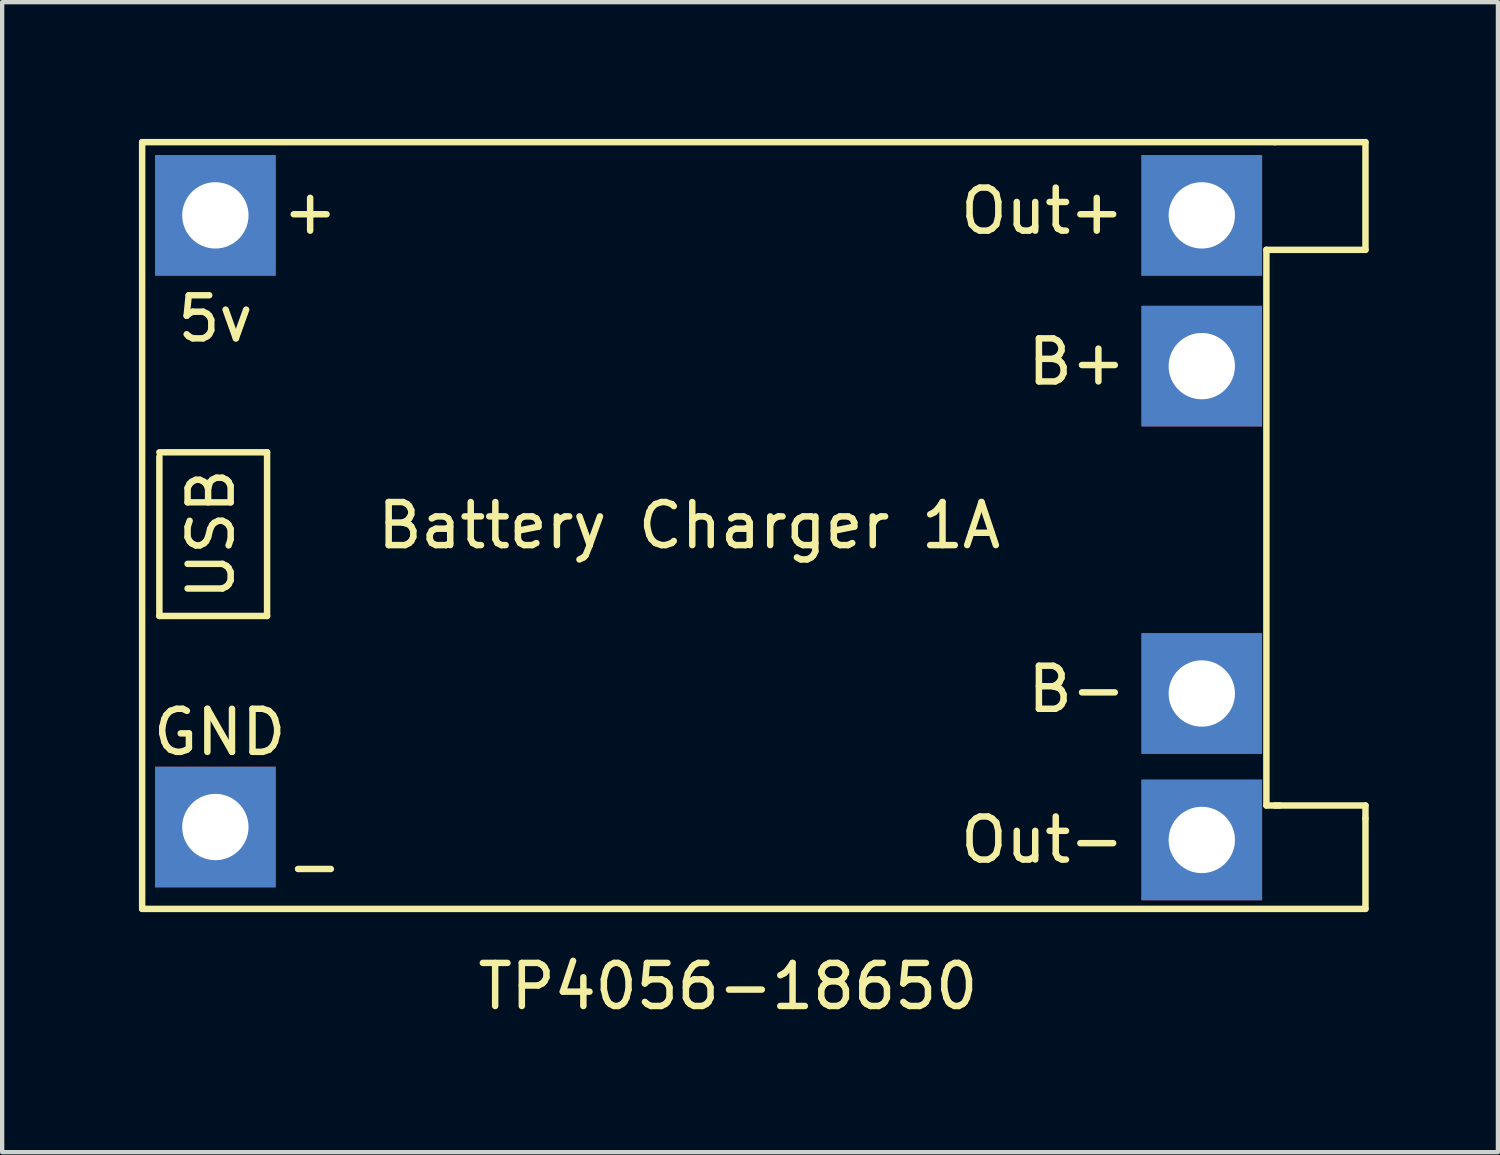
<source format=kicad_pcb>
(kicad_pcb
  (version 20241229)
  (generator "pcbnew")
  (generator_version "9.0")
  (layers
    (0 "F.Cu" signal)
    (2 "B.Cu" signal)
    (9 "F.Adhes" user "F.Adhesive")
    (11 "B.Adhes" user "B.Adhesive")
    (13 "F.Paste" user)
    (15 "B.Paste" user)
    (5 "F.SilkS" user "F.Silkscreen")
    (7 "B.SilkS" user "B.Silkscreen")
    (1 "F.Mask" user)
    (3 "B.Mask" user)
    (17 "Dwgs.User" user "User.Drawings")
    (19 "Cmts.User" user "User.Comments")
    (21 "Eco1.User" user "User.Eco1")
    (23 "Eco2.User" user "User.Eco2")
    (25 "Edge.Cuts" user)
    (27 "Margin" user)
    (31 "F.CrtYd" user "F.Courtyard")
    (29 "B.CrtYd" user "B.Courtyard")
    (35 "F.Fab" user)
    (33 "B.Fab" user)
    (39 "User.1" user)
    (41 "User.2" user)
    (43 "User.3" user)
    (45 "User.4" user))
  (footprint "TP4056-18650"
    (layer "F.Cu")
    (at 0.25 0.25)
    (property "Reference" "TP4056-18650" (at 13.6 19.6 0) (layer "F.SilkS") (effects (font (size 1 1) (thickness 0.15))))
    (attr through_hole)
    (fp_line (start 0 0) (end 26.3 0) (stroke (width 0.15) (type solid)) (layer "F.SilkS"))
    (fp_line (start 0 17.8) (end 0 0) (stroke (width 0.15) (type solid)) (layer "F.SilkS"))
    (fp_line (start 0.4 7.2) (end 2.9 7.2) (stroke (width 0.15) (type solid)) (layer "F.SilkS"))
    (fp_line (start 0.4 11) (end 0.4 7.3) (stroke (width 0.15) (type solid)) (layer "F.SilkS"))
    (fp_line (start 2.9 7.2) (end 2.9 11) (stroke (width 0.15) (type solid)) (layer "F.SilkS"))
    (fp_line (start 2.9 11) (end 0.4 11) (stroke (width 0.15) (type solid)) (layer "F.SilkS"))
    (fp_line (start 26.1 2.5) (end 26.1 15.4) (stroke (width 0.15) (type solid)) (layer "F.SilkS"))
    (fp_line (start 26.1 15.4) (end 26.4 15.4) (stroke (width 0.15) (type solid)) (layer "F.SilkS"))
    (fp_line (start 26.3 0) (end 28.4 0) (stroke (width 0.15) (type solid)) (layer "F.SilkS"))
    (fp_line (start 26.3 15.4) (end 28.4 15.4) (stroke (width 0.15) (type solid)) (layer "F.SilkS"))
    (fp_line (start 28.4 0) (end 28.4 2.5) (stroke (width 0.15) (type solid)) (layer "F.SilkS"))
    (fp_line (start 28.4 2.5) (end 26.1 2.5) (stroke (width 0.15) (type solid)) (layer "F.SilkS"))
    (fp_line (start 28.4 15.4) (end 28.4 15.7) (stroke (width 0.15) (type solid)) (layer "F.SilkS"))
    (fp_line (start 28.4 15.7) (end 28.4 17.8) (stroke (width 0.15) (type solid)) (layer "F.SilkS"))
    (fp_line (start 28.4 17.8) (end 0 17.8) (stroke (width 0.15) (type solid)) (layer "F.SilkS"))
    (fp_text user "B+" (at 21.7 5.1 0) (layer "F.SilkS") (effects (font (size 1 1) (thickness 0.15))))
    (fp_text user "B-" (at 21.7 12.7 0) (layer "F.SilkS") (effects (font (size 1 1) (thickness 0.15))))
    (fp_text user "USB" (at 1.6 9.1 90) (layer "F.SilkS") (effects (font (size 1 1) (thickness 0.15))))
    (fp_text user "-" (at 4 16.8 0) (layer "F.SilkS") (effects (font (size 1 1) (thickness 0.15))))
    (fp_text user "5v" (at 1.7 4.1 0) (layer "F.SilkS") (effects (font (size 1 1) (thickness 0.15))))
    (fp_text user "Battery Charger 1A" (at 12.7 8.9 0) (layer "F.SilkS") (effects (font (size 1 1) (thickness 0.15))))
    (fp_text user "Out+" (at 20.9 1.6 0) (layer "F.SilkS") (effects (font (size 1 1) (thickness 0.15))))
    (fp_text user "Out-" (at 20.9 16.2 0) (layer "F.SilkS") (effects (font (size 1 1) (thickness 0.15))))
    (fp_text user "+" (at 3.9 1.6 0) (layer "F.SilkS") (effects (font (size 1 1) (thickness 0.15))))
    (fp_text user "GND" (at 1.8 13.7 0) (layer "F.SilkS") (effects (font (size 1 1) (thickness 0.15))))
    (pad "1" thru_hole rect (at 1.7 1.7) (size 2.8 2.8) (drill 1.54) (layers "*.Cu" "*.Mask"))
    (pad "2" thru_hole rect (at 1.7 15.9) (size 2.8 2.8) (drill 1.54) (layers "*.Cu" "*.Mask"))
    (pad "3" thru_hole rect (at 24.6 16.2) (size 2.8 2.8) (drill 1.54) (layers "*.Cu" "*.Mask"))
    (pad "4" thru_hole rect (at 24.6 12.8) (size 2.8 2.8) (drill 1.54) (layers "*.Cu" "*.Mask"))
    (pad "5" thru_hole rect (at 24.6 5.2) (size 2.8 2.8) (drill 1.54) (layers "*.Cu" "*.Mask"))
    (pad "6" thru_hole rect (at 24.6 1.7) (size 2.8 2.8) (drill 1.54) (layers "*.Cu" "*.Mask")))
  (gr_rect
    (start -3 -3)
    (end 31.725 23.698)
    (stroke (width 0.1) (type default))
    (fill no)
    (layer "Edge.Cuts")))
</source>
